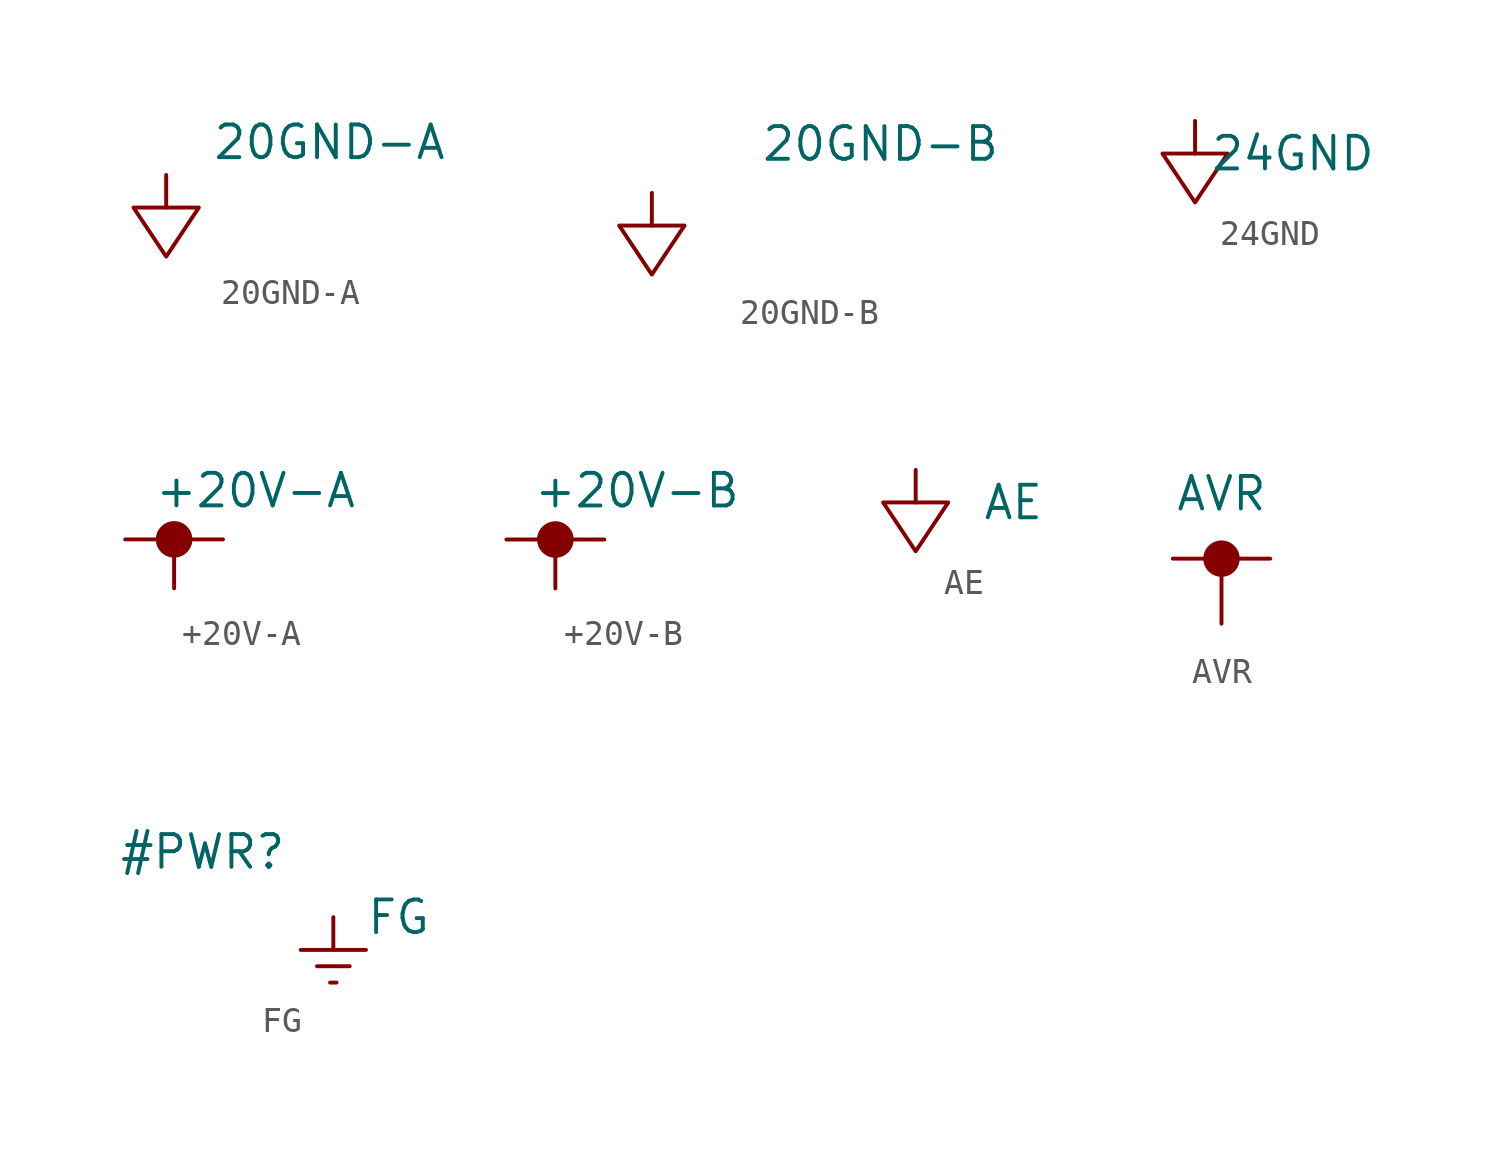
<source format=kicad_sym>
(kicad_symbol_lib
  (version 20220914)
  (generator kicad_symbol_editor)
  (symbol "20GND-A"
    (power)
    (property "Reference" "#PWR"
      (at -6.35 3.175 0)
      (effects (font (size 1.27 1.27)) hide))
    (property "Value" "20GND-A"
      (at 6.35 1.27 0)
      (effects (font (size 1.27 1.27))))
    (symbol "20GND-A_0_0"
      (pin power_in line (at 0 0 270) (length 1.27) (name "" (effects (font (size 1.27 1.27)))) (number "" (effects (font (size 1.27 1.27))))))
    (symbol "20GND-A_0_1"
      (polyline (pts (xy 0 -1.27) (xy -1.27 -1.27) (xy 0 -3.175) (xy 1.27 -1.27) (xy 0 -1.27)) (stroke (width 0) (type default)) (fill (type none)))))
  (symbol "20GND-B"
    (power)
    (property "Reference" "#PWR"
      (at -6.35 3.175 0)
      (effects (font (size 1.27 1.27)) hide))
    (property "Value" "20GND-B"
      (at 8.89 1.905 0)
      (effects (font (size 1.27 1.27))))
    (symbol "20GND-B_0_0"
      (pin power_in line (at 0 0 270) (length 1.27) (name "" (effects (font (size 1.27 1.27)))) (number "" (effects (font (size 1.27 1.27))))))
    (symbol "20GND-B_0_1"
      (polyline (pts (xy 0 -1.27) (xy -1.27 -1.27) (xy 0 -3.175) (xy 1.27 -1.27) (xy 0 -1.27)) (stroke (width 0) (type default)) (fill (type none)))))
  (symbol "24GND"
    (power)
    (property "Reference" "#PWR"
      (at -6.35 3.175 0)
      (effects (font (size 1.27 1.27)) hide))
    (property "Value" "24GND"
      (at 3.81 -1.27 0)
      (effects (font (size 1.27 1.27))))
    (symbol "24GND_0_0"
      (pin power_in line (at 0 0 270) (length 1.27) (name "" (effects (font (size 1.27 1.27)))) (number "" (effects (font (size 1.27 1.27))))))
    (symbol "24GND_0_1"
      (polyline (pts (xy 0 -1.27) (xy -1.27 -1.27) (xy 0 -3.175) (xy 1.27 -1.27) (xy 0 -1.27)) (stroke (width 0) (type default)) (fill (type none)))))
  (symbol "+20V-A"
    (power)
    (property "Reference" "#PWR"
      (at -3.175 3.175 0)
      (effects (font (size 1.27 1.27)) hide))
    (property "Value" "+20V-A"
      (at 3.175 3.81 0)
      (effects (font (size 1.27 1.27))))
    (symbol "+20V-A_0_0"
      (pin power_in line (at 0 0 90) (length 1.27) (name "" (effects (font (size 1.27 1.27)))) (number "" (effects (font (size 1.27 1.27))))))
    (symbol "+20V-A_0_1"
      (polyline (pts (xy -1.905 1.905) (xy 1.905 1.905)) (stroke (width 0) (type default)) (fill (type none)))
      (circle (center 0 1.905) (radius 0.635) (stroke (width 0) (type default)) (fill (type outline)))))
  (symbol "+20V-B"
    (power)
    (property "Reference" "#PWR"
      (at -3.175 3.175 0)
      (effects (font (size 1.27 1.27)) hide))
    (property "Value" "+20V-B"
      (at 3.175 3.81 0)
      (effects (font (size 1.27 1.27))))
    (symbol "+20V-B_0_0"
      (pin power_in line (at 0 0 90) (length 1.27) (name "" (effects (font (size 1.27 1.27)))) (number "" (effects (font (size 1.27 1.27))))))
    (symbol "+20V-B_0_1"
      (polyline (pts (xy -1.905 1.905) (xy 1.905 1.905)) (stroke (width 0) (type default)) (fill (type none)))
      (circle (center 0 1.905) (radius 0.635) (stroke (width 0) (type default)) (fill (type outline)))))
  (symbol "AE"
    (power)
    (property "Reference" "#PWR"
      (at -6.35 3.175 0)
      (effects (font (size 1.27 1.27)) hide))
    (property "Value" "AE"
      (at 3.81 -1.27 0)
      (effects (font (size 1.27 1.27))))
    (symbol "AE_0_0"
      (pin power_in line (at 0 0 270) (length 1.27) (name "" (effects (font (size 1.27 1.27)))) (number "" (effects (font (size 1.27 1.27))))))
    (symbol "AE_0_1"
      (polyline (pts (xy 0 -1.27) (xy -1.27 -1.27) (xy 0 -3.175) (xy 1.27 -1.27) (xy 0 -1.27)) (stroke (width 0) (type default)) (fill (type none)))))
  (symbol "AVR"
    (power)
    (property "Reference" "#PWR"
      (at -5.715 2.54 0)
      (effects (font (size 1.27 1.27)) hide))
    (property "Value" "AVR"
      (at 0 2.54 0)
      (effects (font (size 1.27 1.27))))
    (symbol "AVR_0_0"
      (pin power_in line (at 0 -2.54 90) (length 2.54) (name "" (effects (font (size 1.27 1.27)))) (number "" (effects (font (size 1.27 1.27))))))
    (symbol "AVR_0_1"
      (polyline (pts (xy -1.905 0) (xy 1.905 0)) (stroke (width 0) (type default)) (fill (type none)))
      (circle (center 0 0) (radius 0.635) (stroke (width 0) (type default)) (fill (type outline)))))
  (symbol "FG"
    (power)
    (property "Reference" "#PWR"
      (at -5.08 2.54 0)
      (effects (font (size 1.27 1.27))))
    (property "Value" "FG"
      (at 2.54 0 0)
      (effects (font (size 1.27 1.27))))
    (symbol "FG_0_1"
      (polyline (pts (xy -0.635 -1.905) (xy 0.635 -1.905)) (stroke (width 0) (type default)) (fill (type none)))
      (polyline (pts (xy -0.127 -2.54) (xy 0.127 -2.54)) (stroke (width 0) (type default)) (fill (type none)))
      (polyline (pts (xy 1.27 -1.27) (xy -1.27 -1.27)) (stroke (width 0) (type default)) (fill (type none))))
    (symbol "FG_1_1"
      (pin power_in line (at 0 0 270) (length 1.27) (name "" (effects (font (size 1.27 1.27)))) (number "" (effects (font (size 1.27 1.27))))))))
</source>
